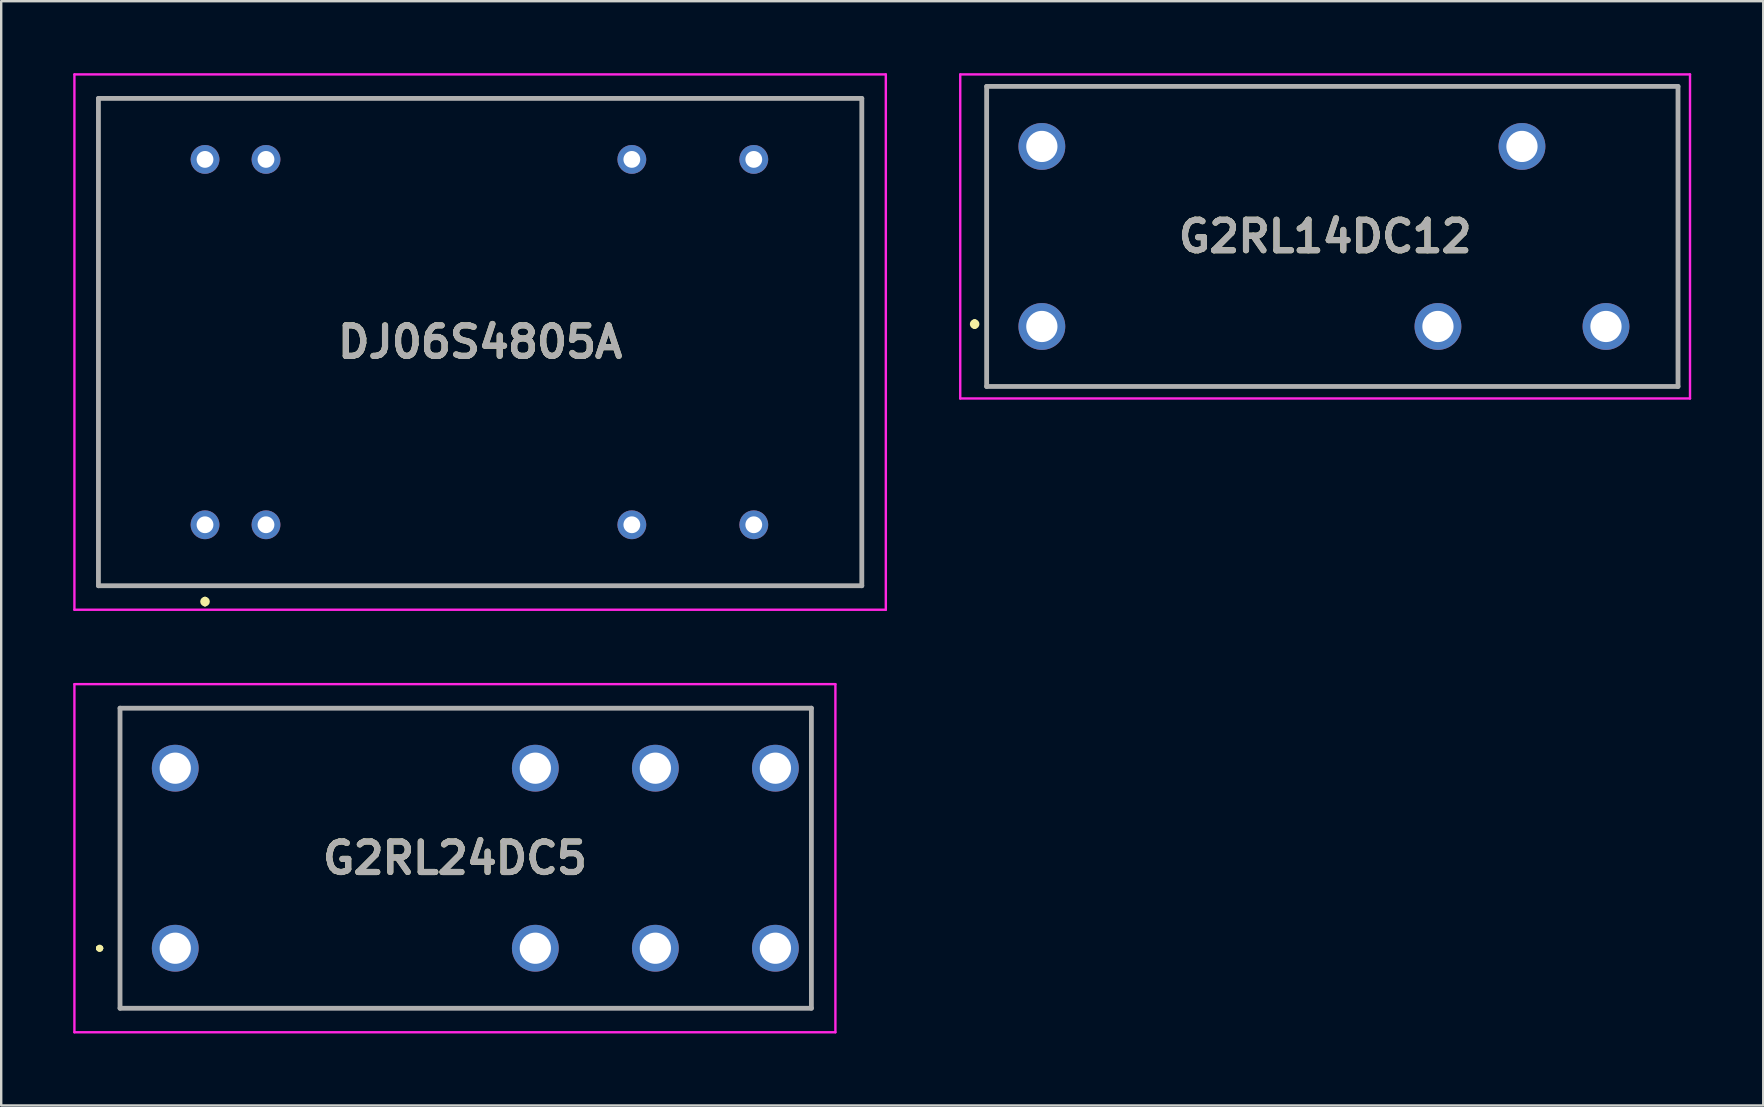
<source format=kicad_pcb>
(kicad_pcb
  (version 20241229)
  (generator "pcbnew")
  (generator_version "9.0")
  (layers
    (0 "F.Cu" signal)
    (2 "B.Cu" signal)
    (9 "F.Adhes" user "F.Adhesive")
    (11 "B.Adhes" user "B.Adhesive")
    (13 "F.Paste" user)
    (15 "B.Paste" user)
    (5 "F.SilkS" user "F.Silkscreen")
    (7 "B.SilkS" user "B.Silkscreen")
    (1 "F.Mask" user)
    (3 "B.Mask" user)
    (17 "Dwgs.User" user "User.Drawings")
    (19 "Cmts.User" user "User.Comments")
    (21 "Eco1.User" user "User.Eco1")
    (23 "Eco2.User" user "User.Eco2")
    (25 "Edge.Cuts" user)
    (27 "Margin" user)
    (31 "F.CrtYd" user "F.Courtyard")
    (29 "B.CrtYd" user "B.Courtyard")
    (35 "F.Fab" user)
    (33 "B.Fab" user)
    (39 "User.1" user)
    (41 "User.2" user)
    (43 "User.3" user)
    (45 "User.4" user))
  (footprint "G2RL14DC12"
    (layer "F.Cu")
    (at 40.35 10.55)
    (property "Reference" "G2RL14DC12" (at 11.8 -3.75 0) (layer "F.SilkS") (effects (font (size 1.27 1.27) (thickness 0.254))))
    (attr through_hole)
    (fp_line (start -2.8 -0.2) (end -2.8 -0.2) (stroke (width 0.2) (type solid)) (layer "F.SilkS"))
    (fp_line (start -2.8 0) (end -2.8 0) (stroke (width 0.2) (type solid)) (layer "F.SilkS"))
    (fp_line (start -2.3 -10) (end -2.3 2.5) (stroke (width 0.1) (type solid)) (layer "F.SilkS"))
    (fp_line (start -2.3 2.5) (end 26.5 2.5) (stroke (width 0.1) (type solid)) (layer "F.SilkS"))
    (fp_line (start 26.5 -10) (end -2.3 -10) (stroke (width 0.1) (type solid)) (layer "F.SilkS"))
    (fp_line (start 26.5 2.5) (end 26.5 -10) (stroke (width 0.1) (type solid)) (layer "F.SilkS"))
    (fp_arc (start -2.8 -0.2) (mid -2.7 -0.1) (end -2.8 0) (stroke (width 0.2) (type solid)) (layer "F.SilkS"))
    (fp_arc (start -2.8 0) (mid -2.9 -0.1) (end -2.8 -0.2) (stroke (width 0.2) (type solid)) (layer "F.SilkS"))
    (fp_line (start -3.4 -10.5) (end -3.4 3) (stroke (width 0.1) (type solid)) (layer "F.CrtYd"))
    (fp_line (start -3.4 3) (end 27 3) (stroke (width 0.1) (type solid)) (layer "F.CrtYd"))
    (fp_line (start 27 -10.5) (end -3.4 -10.5) (stroke (width 0.1) (type solid)) (layer "F.CrtYd"))
    (fp_line (start 27 3) (end 27 -10.5) (stroke (width 0.1) (type solid)) (layer "F.CrtYd"))
    (fp_line (start -2.3 -10) (end -2.3 2.5) (stroke (width 0.2) (type solid)) (layer "F.Fab"))
    (fp_line (start -2.3 2.5) (end 26.5 2.5) (stroke (width 0.2) (type solid)) (layer "F.Fab"))
    (fp_line (start 26.5 -10) (end -2.3 -10) (stroke (width 0.2) (type solid)) (layer "F.Fab"))
    (fp_line (start 26.5 2.5) (end 26.5 -10) (stroke (width 0.2) (type solid)) (layer "F.Fab"))
    (fp_text user "${REFERENCE}" (at 11.8 -3.75 0) (layer "F.Fab") (effects (font (size 1.27 1.27) (thickness 0.254))))
    (pad "1" thru_hole circle (at 0 0) (size 1.95 1.95) (drill 1.3) (layers "*.Cu" "*.Mask"))
    (pad "2" thru_hole circle (at 16.5 0) (size 1.95 1.95) (drill 1.3) (layers "*.Cu" "*.Mask"))
    (pad "3" thru_hole circle (at 23.5 0) (size 1.95 1.95) (drill 1.3) (layers "*.Cu" "*.Mask"))
    (pad "4" thru_hole circle (at 20 -7.5) (size 1.95 1.95) (drill 1.3) (layers "*.Cu" "*.Mask"))
    (pad "5" thru_hole circle (at 0 -7.5) (size 1.95 1.95) (drill 1.3) (layers "*.Cu" "*.Mask")))
  (footprint "DJ06S4805A"
    (layer "F.Cu")
    (at 5.49 18.81)
    (property "Reference" "DJ06S4805A" (at 11.46 -7.61 0) (layer "F.SilkS") (effects (font (size 1.27 1.27) (thickness 0.254))))
    (attr through_hole)
    (fp_line (start -4.44 -17.76) (end 27.36 -17.76) (stroke (width 0.1) (type solid)) (layer "F.SilkS"))
    (fp_line (start -4.44 2.54) (end -4.44 -17.76) (stroke (width 0.1) (type solid)) (layer "F.SilkS"))
    (fp_line (start 0 3.1) (end 0 3.1) (stroke (width 0.2) (type solid)) (layer "F.SilkS"))
    (fp_line (start 0 3.3) (end 0 3.3) (stroke (width 0.2) (type solid)) (layer "F.SilkS"))
    (fp_line (start 27.36 -17.76) (end 27.36 2.54) (stroke (width 0.1) (type solid)) (layer "F.SilkS"))
    (fp_line (start 27.36 2.54) (end -4.44 2.54) (stroke (width 0.1) (type solid)) (layer "F.SilkS"))
    (fp_arc (start 0 3.1) (mid 0.1 3.2) (end 0 3.3) (stroke (width 0.2) (type solid)) (layer "F.SilkS"))
    (fp_arc (start 0 3.3) (mid -0.1 3.2) (end 0 3.1) (stroke (width 0.2) (type solid)) (layer "F.SilkS"))
    (fp_line (start -5.44 -18.76) (end 28.36 -18.76) (stroke (width 0.1) (type solid)) (layer "F.CrtYd"))
    (fp_line (start -5.44 3.54) (end -5.44 -18.76) (stroke (width 0.1) (type solid)) (layer "F.CrtYd"))
    (fp_line (start 28.36 -18.76) (end 28.36 3.54) (stroke (width 0.1) (type solid)) (layer "F.CrtYd"))
    (fp_line (start 28.36 3.54) (end -5.44 3.54) (stroke (width 0.1) (type solid)) (layer "F.CrtYd"))
    (fp_line (start -4.44 -17.76) (end 27.36 -17.76) (stroke (width 0.2) (type solid)) (layer "F.Fab"))
    (fp_line (start -4.44 2.54) (end -4.44 -17.76) (stroke (width 0.2) (type solid)) (layer "F.Fab"))
    (fp_line (start 27.36 -17.76) (end 27.36 2.54) (stroke (width 0.2) (type solid)) (layer "F.Fab"))
    (fp_line (start 27.36 2.54) (end -4.44 2.54) (stroke (width 0.2) (type solid)) (layer "F.Fab"))
    (fp_text user "${REFERENCE}" (at 11.46 -7.61 0) (layer "F.Fab") (effects (font (size 1.27 1.27) (thickness 0.254))))
    (pad "2" thru_hole circle (at 0 0) (size 1.2 1.2) (drill 0.7) (layers "*.Cu" "*.Mask"))
    (pad "3" thru_hole circle (at 2.54 0) (size 1.2 1.2) (drill 0.7) (layers "*.Cu" "*.Mask"))
    (pad "9" thru_hole circle (at 17.78 0) (size 1.2 1.2) (drill 0.7) (layers "*.Cu" "*.Mask"))
    (pad "11" thru_hole circle (at 22.86 0) (size 1.2 1.2) (drill 0.7) (layers "*.Cu" "*.Mask"))
    (pad "14" thru_hole circle (at 22.86 -15.22) (size 1.2 1.2) (drill 0.7) (layers "*.Cu" "*.Mask"))
    (pad "16" thru_hole circle (at 17.78 -15.22) (size 1.2 1.2) (drill 0.7) (layers "*.Cu" "*.Mask"))
    (pad "22" thru_hole circle (at 2.54 -15.22) (size 1.2 1.2) (drill 0.7) (layers "*.Cu" "*.Mask"))
    (pad "23" thru_hole circle (at 0 -15.22) (size 1.2 1.2) (drill 0.7) (layers "*.Cu" "*.Mask")))
  (footprint "G2RL24DC5"
    (layer "F.Cu")
    (at 4.25 36.45)
    (property "Reference" "G2RL24DC5" (at 11.65 -3.75 0) (layer "F.SilkS") (effects (font (size 1.27 1.27) (thickness 0.254))))
    (attr through_hole)
    (fp_line (start -3.2 0) (end -3.2 0) (stroke (width 0.2) (type solid)) (layer "F.SilkS"))
    (fp_line (start -3.2 0) (end -3.2 0) (stroke (width 0.2) (type solid)) (layer "F.SilkS"))
    (fp_line (start -3.1 0) (end -3.1 0) (stroke (width 0.2) (type solid)) (layer "F.SilkS"))
    (fp_line (start -2.3 -10) (end -2.3 2.5) (stroke (width 0.1) (type solid)) (layer "F.SilkS"))
    (fp_line (start -2.3 2.5) (end 26.5 2.5) (stroke (width 0.1) (type solid)) (layer "F.SilkS"))
    (fp_line (start 26.5 -10) (end -2.3 -10) (stroke (width 0.1) (type solid)) (layer "F.SilkS"))
    (fp_line (start 26.5 2.5) (end 26.5 -10) (stroke (width 0.1) (type solid)) (layer "F.SilkS"))
    (fp_arc (start -3.2 0) (mid -3.15 -0.05) (end -3.1 0) (stroke (width 0.2) (type solid)) (layer "F.SilkS"))
    (fp_arc (start -3.1 0) (mid -3.15 0.05) (end -3.2 0) (stroke (width 0.2) (type solid)) (layer "F.SilkS"))
    (fp_arc (start -3.1 0) (mid -3.15 0.05) (end -3.2 0) (stroke (width 0.2) (type solid)) (layer "F.SilkS"))
    (fp_line (start -4.2 -11) (end -4.2 3.5) (stroke (width 0.1) (type solid)) (layer "F.CrtYd"))
    (fp_line (start -4.2 3.5) (end 27.5 3.5) (stroke (width 0.1) (type solid)) (layer "F.CrtYd"))
    (fp_line (start 27.5 -11) (end -4.2 -11) (stroke (width 0.1) (type solid)) (layer "F.CrtYd"))
    (fp_line (start 27.5 3.5) (end 27.5 -11) (stroke (width 0.1) (type solid)) (layer "F.CrtYd"))
    (fp_line (start -2.3 -10) (end 26.5 -10) (stroke (width 0.2) (type solid)) (layer "F.Fab"))
    (fp_line (start -2.3 2.5) (end -2.3 -10) (stroke (width 0.2) (type solid)) (layer "F.Fab"))
    (fp_line (start 26.5 -10) (end 26.5 2.5) (stroke (width 0.2) (type solid)) (layer "F.Fab"))
    (fp_line (start 26.5 2.5) (end -2.3 2.5) (stroke (width 0.2) (type solid)) (layer "F.Fab"))
    (fp_text user "${REFERENCE}" (at 11.65 -3.75 0) (layer "F.Fab") (effects (font (size 1.27 1.27) (thickness 0.254))))
    (pad "1" thru_hole circle (at 0 0) (size 1.95 1.95) (drill 1.3) (layers "*.Cu" "*.Mask"))
    (pad "2" thru_hole circle (at 15 0) (size 1.95 1.95) (drill 1.3) (layers "*.Cu" "*.Mask"))
    (pad "3" thru_hole circle (at 20 0) (size 1.95 1.95) (drill 1.3) (layers "*.Cu" "*.Mask"))
    (pad "4" thru_hole circle (at 25 0) (size 1.95 1.95) (drill 1.3) (layers "*.Cu" "*.Mask"))
    (pad "5" thru_hole circle (at 25 -7.5) (size 1.95 1.95) (drill 1.3) (layers "*.Cu" "*.Mask"))
    (pad "6" thru_hole circle (at 20 -7.5) (size 1.95 1.95) (drill 1.3) (layers "*.Cu" "*.Mask"))
    (pad "7" thru_hole circle (at 15 -7.5) (size 1.95 1.95) (drill 1.3) (layers "*.Cu" "*.Mask"))
    (pad "8" thru_hole circle (at 0 -7.5) (size 1.95 1.95) (drill 1.3) (layers "*.Cu" "*.Mask")))
  (gr_rect
    (start -3 -3)
    (end 70.4 43)
    (stroke (width 0.1) (type default))
    (fill no)
    (layer "Edge.Cuts")))
</source>
